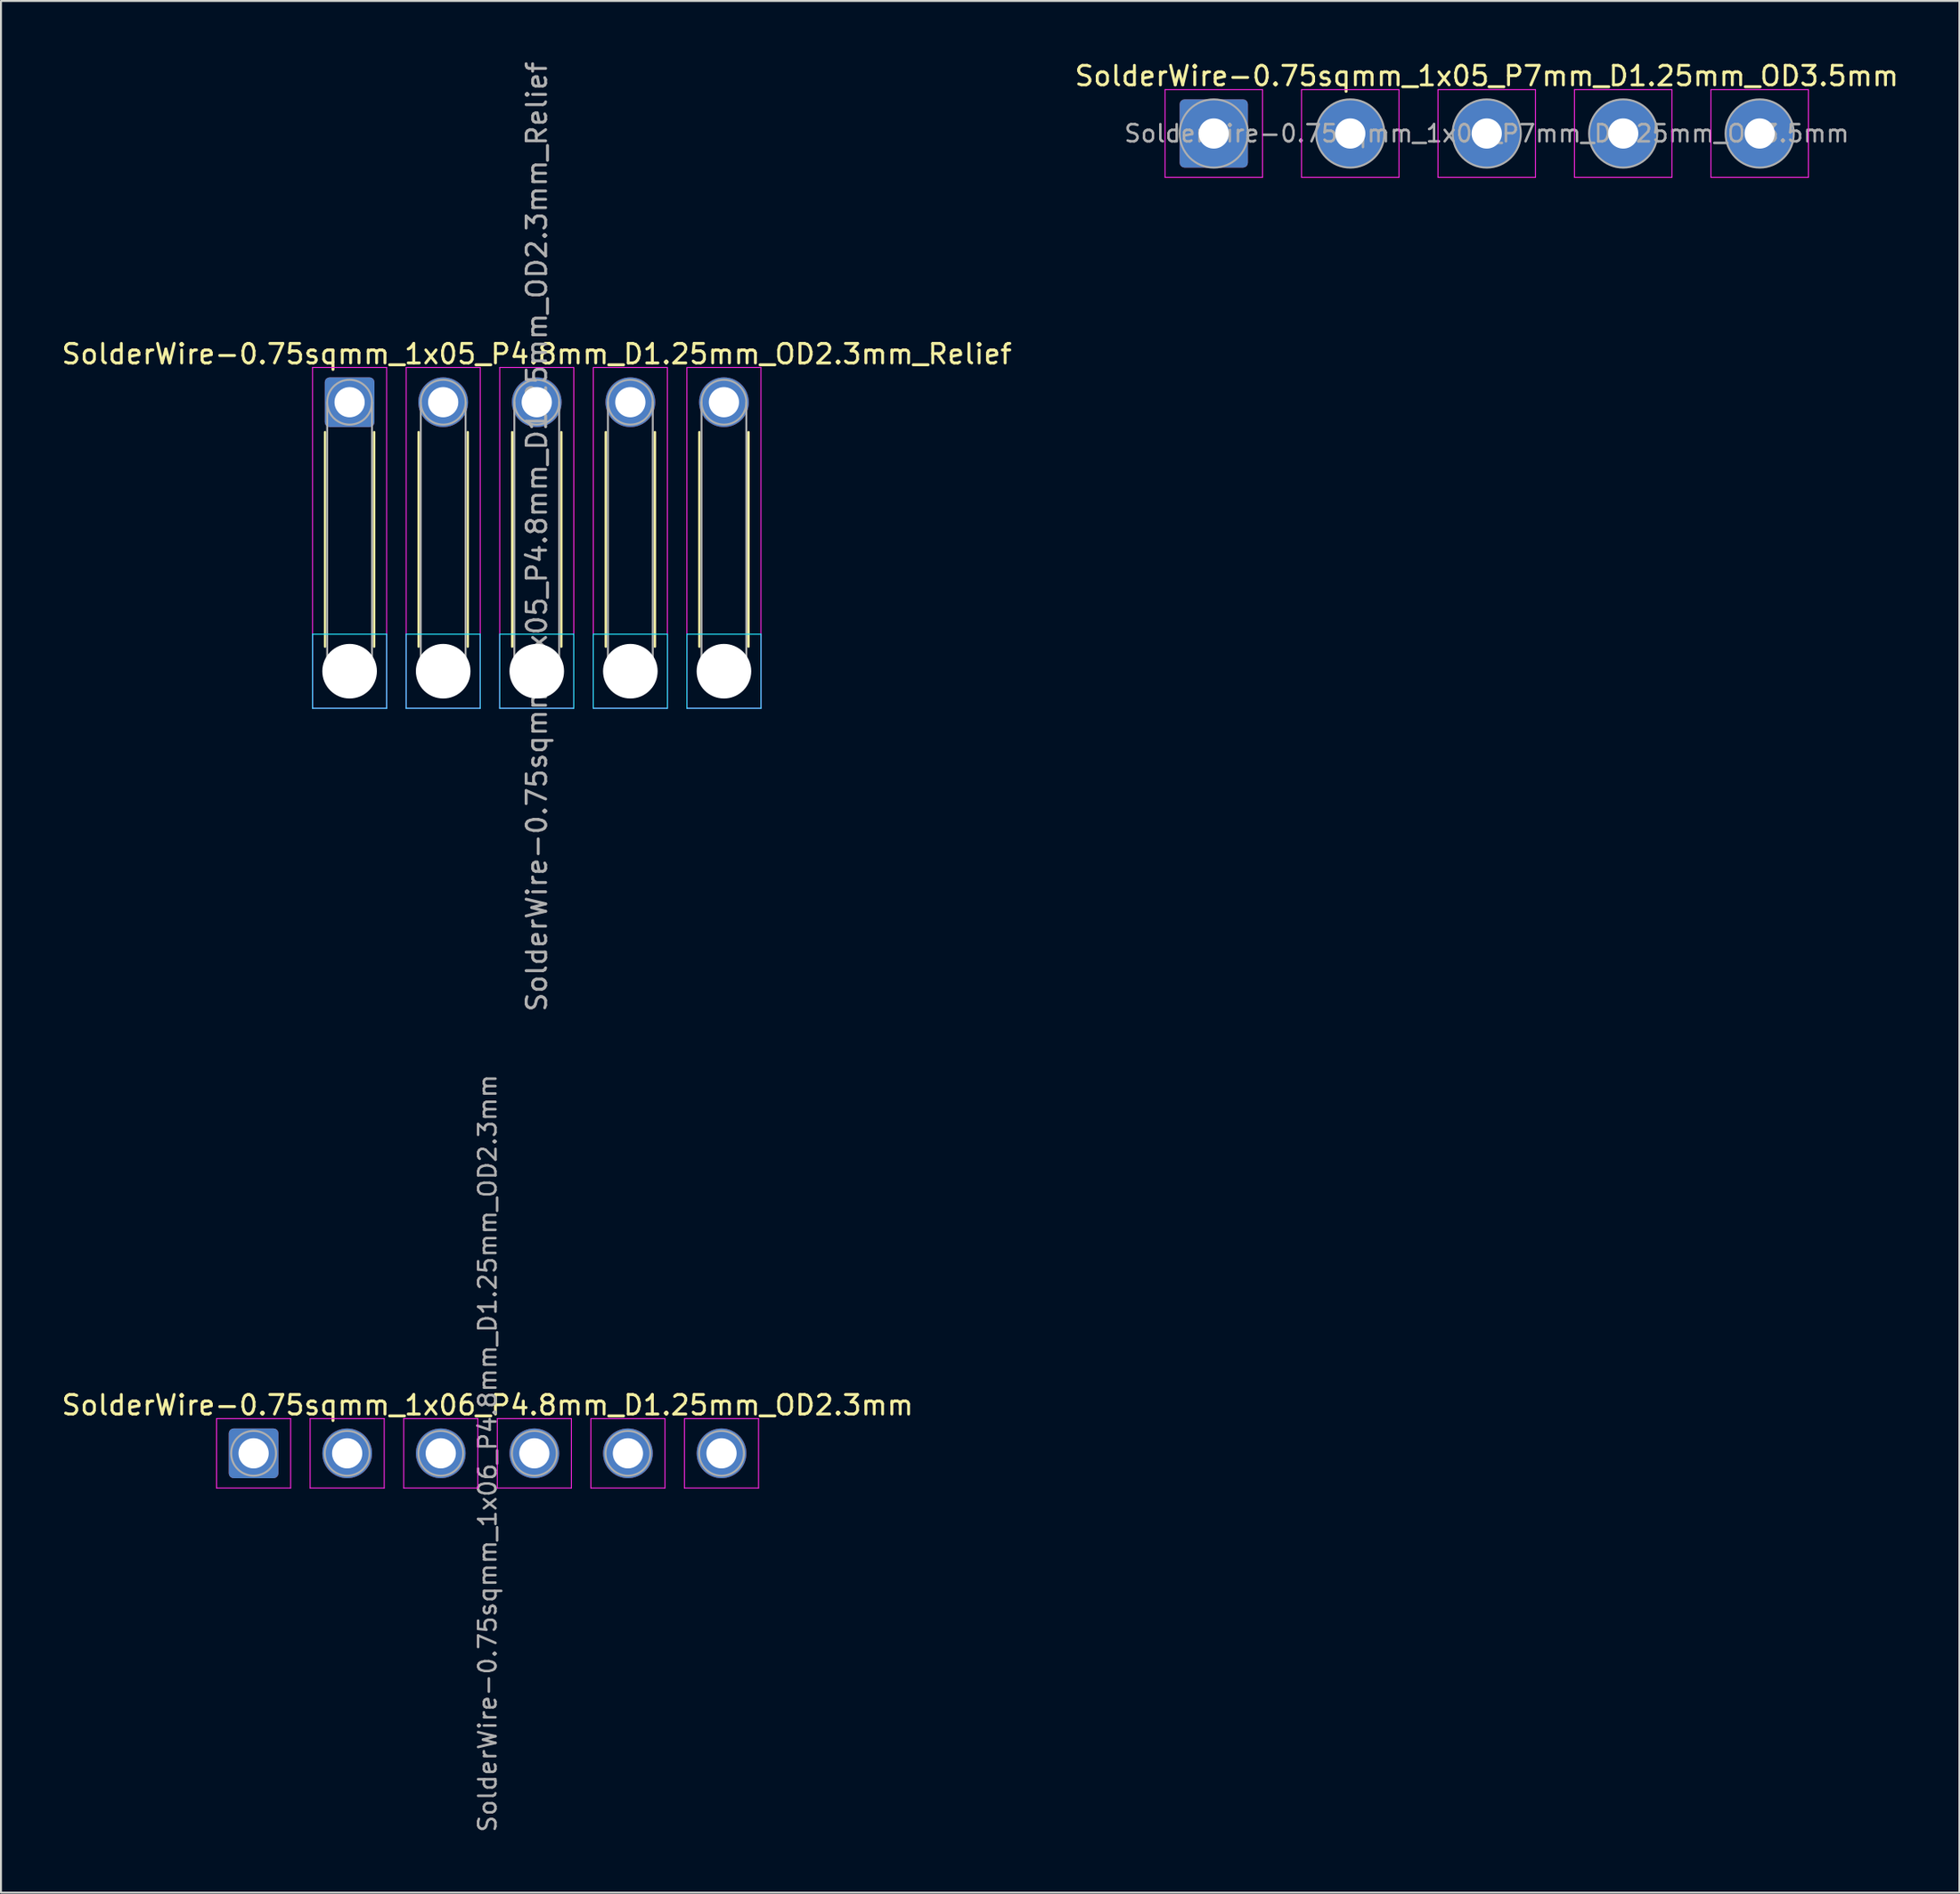
<source format=kicad_pcb>
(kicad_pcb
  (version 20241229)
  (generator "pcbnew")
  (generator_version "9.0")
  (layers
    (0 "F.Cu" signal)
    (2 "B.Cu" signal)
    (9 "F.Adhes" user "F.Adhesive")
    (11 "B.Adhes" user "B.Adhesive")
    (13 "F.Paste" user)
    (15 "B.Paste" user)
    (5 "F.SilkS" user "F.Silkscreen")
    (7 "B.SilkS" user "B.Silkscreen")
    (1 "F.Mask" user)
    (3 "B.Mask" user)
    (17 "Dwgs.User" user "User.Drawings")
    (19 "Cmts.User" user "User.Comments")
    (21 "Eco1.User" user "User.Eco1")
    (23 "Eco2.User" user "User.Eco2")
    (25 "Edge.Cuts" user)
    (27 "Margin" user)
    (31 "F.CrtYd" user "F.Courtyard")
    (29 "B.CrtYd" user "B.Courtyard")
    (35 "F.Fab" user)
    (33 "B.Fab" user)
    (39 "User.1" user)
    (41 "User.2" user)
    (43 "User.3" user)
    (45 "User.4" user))
  (footprint "SolderWire-0.75sqmm_1x06_P4.8mm_D1.25mm_OD2.3mm"
    (layer "F.Cu")
    (at 9.958 71.502)
    (property "Reference" "SolderWire-0.75sqmm_1x06_P4.8mm_D1.25mm_OD2.3mm" (at 12 -2.47 0) (layer "F.SilkS") (effects (font (size 1 1) (thickness 0.15))))
    (attr exclude_from_pos_files exclude_from_bom)
    (fp_line (start -1.9 -1.78) (end -1.9 1.78) (stroke (width 0.05) (type solid)) (layer "F.CrtYd"))
    (fp_line (start -1.9 1.78) (end 1.9 1.78) (stroke (width 0.05) (type solid)) (layer "F.CrtYd"))
    (fp_line (start 1.9 -1.78) (end -1.9 -1.78) (stroke (width 0.05) (type solid)) (layer "F.CrtYd"))
    (fp_line (start 1.9 1.78) (end 1.9 -1.78) (stroke (width 0.05) (type solid)) (layer "F.CrtYd"))
    (fp_line (start 2.9 -1.78) (end 2.9 1.78) (stroke (width 0.05) (type solid)) (layer "F.CrtYd"))
    (fp_line (start 2.9 1.78) (end 6.7 1.78) (stroke (width 0.05) (type solid)) (layer "F.CrtYd"))
    (fp_line (start 6.7 -1.78) (end 2.9 -1.78) (stroke (width 0.05) (type solid)) (layer "F.CrtYd"))
    (fp_line (start 6.7 1.78) (end 6.7 -1.78) (stroke (width 0.05) (type solid)) (layer "F.CrtYd"))
    (fp_line (start 7.7 -1.78) (end 7.7 1.78) (stroke (width 0.05) (type solid)) (layer "F.CrtYd"))
    (fp_line (start 7.7 1.78) (end 11.5 1.78) (stroke (width 0.05) (type solid)) (layer "F.CrtYd"))
    (fp_line (start 11.5 -1.78) (end 7.7 -1.78) (stroke (width 0.05) (type solid)) (layer "F.CrtYd"))
    (fp_line (start 11.5 1.78) (end 11.5 -1.78) (stroke (width 0.05) (type solid)) (layer "F.CrtYd"))
    (fp_line (start 12.5 -1.78) (end 12.5 1.78) (stroke (width 0.05) (type solid)) (layer "F.CrtYd"))
    (fp_line (start 12.5 1.78) (end 16.3 1.78) (stroke (width 0.05) (type solid)) (layer "F.CrtYd"))
    (fp_line (start 16.3 -1.78) (end 12.5 -1.78) (stroke (width 0.05) (type solid)) (layer "F.CrtYd"))
    (fp_line (start 16.3 1.78) (end 16.3 -1.78) (stroke (width 0.05) (type solid)) (layer "F.CrtYd"))
    (fp_line (start 17.3 -1.78) (end 17.3 1.78) (stroke (width 0.05) (type solid)) (layer "F.CrtYd"))
    (fp_line (start 17.3 1.78) (end 21.1 1.78) (stroke (width 0.05) (type solid)) (layer "F.CrtYd"))
    (fp_line (start 21.1 -1.78) (end 17.3 -1.78) (stroke (width 0.05) (type solid)) (layer "F.CrtYd"))
    (fp_line (start 21.1 1.78) (end 21.1 -1.78) (stroke (width 0.05) (type solid)) (layer "F.CrtYd"))
    (fp_line (start 22.1 -1.78) (end 22.1 1.78) (stroke (width 0.05) (type solid)) (layer "F.CrtYd"))
    (fp_line (start 22.1 1.78) (end 25.9 1.78) (stroke (width 0.05) (type solid)) (layer "F.CrtYd"))
    (fp_line (start 25.9 -1.78) (end 22.1 -1.78) (stroke (width 0.05) (type solid)) (layer "F.CrtYd"))
    (fp_line (start 25.9 1.78) (end 25.9 -1.78) (stroke (width 0.05) (type solid)) (layer "F.CrtYd"))
    (fp_circle (center 0 0) (end 1.15 0) (stroke (width 0.1) (type solid)) (fill no) (layer "F.Fab"))
    (fp_circle (center 4.8 0) (end 5.95 0) (stroke (width 0.1) (type solid)) (fill no) (layer "F.Fab"))
    (fp_circle (center 9.6 0) (end 10.75 0) (stroke (width 0.1) (type solid)) (fill no) (layer "F.Fab"))
    (fp_circle (center 14.4 0) (end 15.55 0) (stroke (width 0.1) (type solid)) (fill no) (layer "F.Fab"))
    (fp_circle (center 19.2 0) (end 20.35 0) (stroke (width 0.1) (type solid)) (fill no) (layer "F.Fab"))
    (fp_circle (center 24 0) (end 25.15 0) (stroke (width 0.1) (type solid)) (fill no) (layer "F.Fab"))
    (fp_text user "${REFERENCE}" (at 12 0 90) (layer "F.Fab") (effects (font (size 0.89 0.89) (thickness 0.13))))
    (pad "1" thru_hole roundrect (at 0 0) (size 2.55 2.55) (drill 1.55) (layers "*.Cu" "*.Mask") (roundrect_rratio 0.098))
    (pad "2" thru_hole circle (at 4.8 0) (size 2.55 2.55) (drill 1.55) (layers "*.Cu" "*.Mask"))
    (pad "3" thru_hole circle (at 9.6 0) (size 2.55 2.55) (drill 1.55) (layers "*.Cu" "*.Mask"))
    (pad "4" thru_hole circle (at 14.4 0) (size 2.55 2.55) (drill 1.55) (layers "*.Cu" "*.Mask"))
    (pad "5" thru_hole circle (at 19.2 0) (size 2.55 2.55) (drill 1.55) (layers "*.Cu" "*.Mask"))
    (pad "6" thru_hole circle (at 24 0) (size 2.55 2.55) (drill 1.55) (layers "*.Cu" "*.Mask")))
  (footprint "SolderWire-0.75sqmm_1x05_P4.8mm_D1.25mm_OD2.3mm_Relief"
    (layer "F.Cu")
    (at 14.882 17.582)
    (property "Reference" "SolderWire-0.75sqmm_1x05_P4.8mm_D1.25mm_OD2.3mm_Relief" (at 9.6 -2.47 0) (layer "F.SilkS") (effects (font (size 1 1) (thickness 0.15))))
    (attr exclude_from_pos_files exclude_from_bom)
    (fp_line (start -1.26 1.535) (end -1.26 12.54) (stroke (width 0.12) (type solid)) (layer "F.SilkS"))
    (fp_line (start 1.26 1.535) (end 1.26 12.54) (stroke (width 0.12) (type solid)) (layer "F.SilkS"))
    (fp_line (start 3.54 1.535) (end 3.54 12.54) (stroke (width 0.12) (type solid)) (layer "F.SilkS"))
    (fp_line (start 6.06 1.535) (end 6.06 12.54) (stroke (width 0.12) (type solid)) (layer "F.SilkS"))
    (fp_line (start 8.34 1.535) (end 8.34 12.54) (stroke (width 0.12) (type solid)) (layer "F.SilkS"))
    (fp_line (start 10.86 1.535) (end 10.86 12.54) (stroke (width 0.12) (type solid)) (layer "F.SilkS"))
    (fp_line (start 13.14 1.535) (end 13.14 12.54) (stroke (width 0.12) (type solid)) (layer "F.SilkS"))
    (fp_line (start 15.66 1.535) (end 15.66 12.54) (stroke (width 0.12) (type solid)) (layer "F.SilkS"))
    (fp_line (start 17.94 1.535) (end 17.94 12.54) (stroke (width 0.12) (type solid)) (layer "F.SilkS"))
    (fp_line (start 20.46 1.535) (end 20.46 12.54) (stroke (width 0.12) (type solid)) (layer "F.SilkS"))
    (fp_line (start -1.9 11.9) (end -1.9 15.7) (stroke (width 0.05) (type solid)) (layer "B.CrtYd"))
    (fp_line (start -1.9 15.7) (end 1.9 15.7) (stroke (width 0.05) (type solid)) (layer "B.CrtYd"))
    (fp_line (start 1.9 11.9) (end -1.9 11.9) (stroke (width 0.05) (type solid)) (layer "B.CrtYd"))
    (fp_line (start 1.9 15.7) (end 1.9 11.9) (stroke (width 0.05) (type solid)) (layer "B.CrtYd"))
    (fp_line (start 2.9 11.9) (end 2.9 15.7) (stroke (width 0.05) (type solid)) (layer "B.CrtYd"))
    (fp_line (start 2.9 15.7) (end 6.7 15.7) (stroke (width 0.05) (type solid)) (layer "B.CrtYd"))
    (fp_line (start 6.7 11.9) (end 2.9 11.9) (stroke (width 0.05) (type solid)) (layer "B.CrtYd"))
    (fp_line (start 6.7 15.7) (end 6.7 11.9) (stroke (width 0.05) (type solid)) (layer "B.CrtYd"))
    (fp_line (start 7.7 11.9) (end 7.7 15.7) (stroke (width 0.05) (type solid)) (layer "B.CrtYd"))
    (fp_line (start 7.7 15.7) (end 11.5 15.7) (stroke (width 0.05) (type solid)) (layer "B.CrtYd"))
    (fp_line (start 11.5 11.9) (end 7.7 11.9) (stroke (width 0.05) (type solid)) (layer "B.CrtYd"))
    (fp_line (start 11.5 15.7) (end 11.5 11.9) (stroke (width 0.05) (type solid)) (layer "B.CrtYd"))
    (fp_line (start 12.5 11.9) (end 12.5 15.7) (stroke (width 0.05) (type solid)) (layer "B.CrtYd"))
    (fp_line (start 12.5 15.7) (end 16.3 15.7) (stroke (width 0.05) (type solid)) (layer "B.CrtYd"))
    (fp_line (start 16.3 11.9) (end 12.5 11.9) (stroke (width 0.05) (type solid)) (layer "B.CrtYd"))
    (fp_line (start 16.3 15.7) (end 16.3 11.9) (stroke (width 0.05) (type solid)) (layer "B.CrtYd"))
    (fp_line (start 17.3 11.9) (end 17.3 15.7) (stroke (width 0.05) (type solid)) (layer "B.CrtYd"))
    (fp_line (start 17.3 15.7) (end 21.1 15.7) (stroke (width 0.05) (type solid)) (layer "B.CrtYd"))
    (fp_line (start 21.1 11.9) (end 17.3 11.9) (stroke (width 0.05) (type solid)) (layer "B.CrtYd"))
    (fp_line (start 21.1 15.7) (end 21.1 11.9) (stroke (width 0.05) (type solid)) (layer "B.CrtYd"))
    (fp_line (start -1.9 -1.78) (end -1.9 15.7) (stroke (width 0.05) (type solid)) (layer "F.CrtYd"))
    (fp_line (start -1.9 15.7) (end 1.9 15.7) (stroke (width 0.05) (type solid)) (layer "F.CrtYd"))
    (fp_line (start 1.9 -1.78) (end -1.9 -1.78) (stroke (width 0.05) (type solid)) (layer "F.CrtYd"))
    (fp_line (start 1.9 15.7) (end 1.9 -1.78) (stroke (width 0.05) (type solid)) (layer "F.CrtYd"))
    (fp_line (start 2.9 -1.78) (end 2.9 15.7) (stroke (width 0.05) (type solid)) (layer "F.CrtYd"))
    (fp_line (start 2.9 15.7) (end 6.7 15.7) (stroke (width 0.05) (type solid)) (layer "F.CrtYd"))
    (fp_line (start 6.7 -1.78) (end 2.9 -1.78) (stroke (width 0.05) (type solid)) (layer "F.CrtYd"))
    (fp_line (start 6.7 15.7) (end 6.7 -1.78) (stroke (width 0.05) (type solid)) (layer "F.CrtYd"))
    (fp_line (start 7.7 -1.78) (end 7.7 15.7) (stroke (width 0.05) (type solid)) (layer "F.CrtYd"))
    (fp_line (start 7.7 15.7) (end 11.5 15.7) (stroke (width 0.05) (type solid)) (layer "F.CrtYd"))
    (fp_line (start 11.5 -1.78) (end 7.7 -1.78) (stroke (width 0.05) (type solid)) (layer "F.CrtYd"))
    (fp_line (start 11.5 15.7) (end 11.5 -1.78) (stroke (width 0.05) (type solid)) (layer "F.CrtYd"))
    (fp_line (start 12.5 -1.78) (end 12.5 15.7) (stroke (width 0.05) (type solid)) (layer "F.CrtYd"))
    (fp_line (start 12.5 15.7) (end 16.3 15.7) (stroke (width 0.05) (type solid)) (layer "F.CrtYd"))
    (fp_line (start 16.3 -1.78) (end 12.5 -1.78) (stroke (width 0.05) (type solid)) (layer "F.CrtYd"))
    (fp_line (start 16.3 15.7) (end 16.3 -1.78) (stroke (width 0.05) (type solid)) (layer "F.CrtYd"))
    (fp_line (start 17.3 -1.78) (end 17.3 15.7) (stroke (width 0.05) (type solid)) (layer "F.CrtYd"))
    (fp_line (start 17.3 15.7) (end 21.1 15.7) (stroke (width 0.05) (type solid)) (layer "F.CrtYd"))
    (fp_line (start 21.1 -1.78) (end 17.3 -1.78) (stroke (width 0.05) (type solid)) (layer "F.CrtYd"))
    (fp_line (start 21.1 15.7) (end 21.1 -1.78) (stroke (width 0.05) (type solid)) (layer "F.CrtYd"))
    (fp_line (start -1.15 0) (end -1.15 13.8) (stroke (width 0.1) (type solid)) (layer "F.Fab"))
    (fp_line (start 1.15 0) (end 1.15 13.8) (stroke (width 0.1) (type solid)) (layer "F.Fab"))
    (fp_line (start 3.65 0) (end 3.65 13.8) (stroke (width 0.1) (type solid)) (layer "F.Fab"))
    (fp_line (start 5.95 0) (end 5.95 13.8) (stroke (width 0.1) (type solid)) (layer "F.Fab"))
    (fp_line (start 8.45 0) (end 8.45 13.8) (stroke (width 0.1) (type solid)) (layer "F.Fab"))
    (fp_line (start 10.75 0) (end 10.75 13.8) (stroke (width 0.1) (type solid)) (layer "F.Fab"))
    (fp_line (start 13.25 0) (end 13.25 13.8) (stroke (width 0.1) (type solid)) (layer "F.Fab"))
    (fp_line (start 15.55 0) (end 15.55 13.8) (stroke (width 0.1) (type solid)) (layer "F.Fab"))
    (fp_line (start 18.05 0) (end 18.05 13.8) (stroke (width 0.1) (type solid)) (layer "F.Fab"))
    (fp_line (start 20.35 0) (end 20.35 13.8) (stroke (width 0.1) (type solid)) (layer "F.Fab"))
    (fp_circle (center 0 0) (end 1.15 0) (stroke (width 0.1) (type solid)) (fill no) (layer "F.Fab"))
    (fp_circle (center 0 13.8) (end 1.15 13.8) (stroke (width 0.1) (type solid)) (fill no) (layer "F.Fab"))
    (fp_circle (center 4.8 0) (end 5.95 0) (stroke (width 0.1) (type solid)) (fill no) (layer "F.Fab"))
    (fp_circle (center 4.8 13.8) (end 5.95 13.8) (stroke (width 0.1) (type solid)) (fill no) (layer "F.Fab"))
    (fp_circle (center 9.6 0) (end 10.75 0) (stroke (width 0.1) (type solid)) (fill no) (layer "F.Fab"))
    (fp_circle (center 9.6 13.8) (end 10.75 13.8) (stroke (width 0.1) (type solid)) (fill no) (layer "F.Fab"))
    (fp_circle (center 14.4 0) (end 15.55 0) (stroke (width 0.1) (type solid)) (fill no) (layer "F.Fab"))
    (fp_circle (center 14.4 13.8) (end 15.55 13.8) (stroke (width 0.1) (type solid)) (fill no) (layer "F.Fab"))
    (fp_circle (center 19.2 0) (end 20.35 0) (stroke (width 0.1) (type solid)) (fill no) (layer "F.Fab"))
    (fp_circle (center 19.2 13.8) (end 20.35 13.8) (stroke (width 0.1) (type solid)) (fill no) (layer "F.Fab"))
    (fp_text user "${REFERENCE}" (at 9.6 6.9 90) (layer "F.Fab") (effects (font (size 1 1) (thickness 0.15))))
    (pad "" np_thru_hole circle (at 0 13.8) (size 2.8 2.8) (drill 2.8) (layers "*.Cu" "*.Mask"))
    (pad "" np_thru_hole circle (at 4.8 13.8) (size 2.8 2.8) (drill 2.8) (layers "*.Cu" "*.Mask"))
    (pad "" np_thru_hole circle (at 9.6 13.8) (size 2.8 2.8) (drill 2.8) (layers "*.Cu" "*.Mask"))
    (pad "" np_thru_hole circle (at 14.4 13.8) (size 2.8 2.8) (drill 2.8) (layers "*.Cu" "*.Mask"))
    (pad "" np_thru_hole circle (at 19.2 13.8) (size 2.8 2.8) (drill 2.8) (layers "*.Cu" "*.Mask"))
    (pad "1" thru_hole roundrect (at 0 0) (size 2.55 2.55) (drill 1.55) (layers "*.Cu" "*.Mask") (roundrect_rratio 0.098))
    (pad "2" thru_hole circle (at 4.8 0) (size 2.55 2.55) (drill 1.55) (layers "*.Cu" "*.Mask"))
    (pad "3" thru_hole circle (at 9.6 0) (size 2.55 2.55) (drill 1.55) (layers "*.Cu" "*.Mask"))
    (pad "4" thru_hole circle (at 14.4 0) (size 2.55 2.55) (drill 1.55) (layers "*.Cu" "*.Mask"))
    (pad "5" thru_hole circle (at 19.2 0) (size 2.55 2.55) (drill 1.55) (layers "*.Cu" "*.Mask")))
  (footprint "SolderWire-0.75sqmm_1x05_P7mm_D1.25mm_OD3.5mm"
    (layer "F.Cu")
    (at 59.208 3.798)
    (property "Reference" "SolderWire-0.75sqmm_1x05_P7mm_D1.25mm_OD3.5mm" (at 14 -2.95 0) (layer "F.SilkS") (effects (font (size 1 1) (thickness 0.15))))
    (attr exclude_from_pos_files exclude_from_bom)
    (fp_line (start -2.5 -2.25) (end -2.5 2.25) (stroke (width 0.05) (type solid)) (layer "F.CrtYd"))
    (fp_line (start -2.5 2.25) (end 2.5 2.25) (stroke (width 0.05) (type solid)) (layer "F.CrtYd"))
    (fp_line (start 2.5 -2.25) (end -2.5 -2.25) (stroke (width 0.05) (type solid)) (layer "F.CrtYd"))
    (fp_line (start 2.5 2.25) (end 2.5 -2.25) (stroke (width 0.05) (type solid)) (layer "F.CrtYd"))
    (fp_line (start 4.5 -2.25) (end 4.5 2.25) (stroke (width 0.05) (type solid)) (layer "F.CrtYd"))
    (fp_line (start 4.5 2.25) (end 9.5 2.25) (stroke (width 0.05) (type solid)) (layer "F.CrtYd"))
    (fp_line (start 9.5 -2.25) (end 4.5 -2.25) (stroke (width 0.05) (type solid)) (layer "F.CrtYd"))
    (fp_line (start 9.5 2.25) (end 9.5 -2.25) (stroke (width 0.05) (type solid)) (layer "F.CrtYd"))
    (fp_line (start 11.5 -2.25) (end 11.5 2.25) (stroke (width 0.05) (type solid)) (layer "F.CrtYd"))
    (fp_line (start 11.5 2.25) (end 16.5 2.25) (stroke (width 0.05) (type solid)) (layer "F.CrtYd"))
    (fp_line (start 16.5 -2.25) (end 11.5 -2.25) (stroke (width 0.05) (type solid)) (layer "F.CrtYd"))
    (fp_line (start 16.5 2.25) (end 16.5 -2.25) (stroke (width 0.05) (type solid)) (layer "F.CrtYd"))
    (fp_line (start 18.5 -2.25) (end 18.5 2.25) (stroke (width 0.05) (type solid)) (layer "F.CrtYd"))
    (fp_line (start 18.5 2.25) (end 23.5 2.25) (stroke (width 0.05) (type solid)) (layer "F.CrtYd"))
    (fp_line (start 23.5 -2.25) (end 18.5 -2.25) (stroke (width 0.05) (type solid)) (layer "F.CrtYd"))
    (fp_line (start 23.5 2.25) (end 23.5 -2.25) (stroke (width 0.05) (type solid)) (layer "F.CrtYd"))
    (fp_line (start 25.5 -2.25) (end 25.5 2.25) (stroke (width 0.05) (type solid)) (layer "F.CrtYd"))
    (fp_line (start 25.5 2.25) (end 30.5 2.25) (stroke (width 0.05) (type solid)) (layer "F.CrtYd"))
    (fp_line (start 30.5 -2.25) (end 25.5 -2.25) (stroke (width 0.05) (type solid)) (layer "F.CrtYd"))
    (fp_line (start 30.5 2.25) (end 30.5 -2.25) (stroke (width 0.05) (type solid)) (layer "F.CrtYd"))
    (fp_circle (center 0 0) (end 1.75 0) (stroke (width 0.1) (type solid)) (fill no) (layer "F.Fab"))
    (fp_circle (center 7 0) (end 8.75 0) (stroke (width 0.1) (type solid)) (fill no) (layer "F.Fab"))
    (fp_circle (center 14 0) (end 15.75 0) (stroke (width 0.1) (type solid)) (fill no) (layer "F.Fab"))
    (fp_circle (center 21 0) (end 22.75 0) (stroke (width 0.1) (type solid)) (fill no) (layer "F.Fab"))
    (fp_circle (center 28 0) (end 29.75 0) (stroke (width 0.1) (type solid)) (fill no) (layer "F.Fab"))
    (fp_text user "${REFERENCE}" (at 14 0 0) (layer "F.Fab") (effects (font (size 0.88 0.88) (thickness 0.13))))
    (pad "1" thru_hole roundrect (at 0 0) (size 3.5 3.5) (drill 1.55) (layers "*.Cu" "*.Mask") (roundrect_rratio 0.071))
    (pad "2" thru_hole circle (at 7 0) (size 3.5 3.5) (drill 1.55) (layers "*.Cu" "*.Mask"))
    (pad "3" thru_hole circle (at 14 0) (size 3.5 3.5) (drill 1.55) (layers "*.Cu" "*.Mask"))
    (pad "4" thru_hole circle (at 21 0) (size 3.5 3.5) (drill 1.55) (layers "*.Cu" "*.Mask"))
    (pad "5" thru_hole circle (at 28 0) (size 3.5 3.5) (drill 1.55) (layers "*.Cu" "*.Mask")))
  (gr_rect
    (start -3 -3)
    (end 97.452 94.04)
    (stroke (width 0.1) (type default))
    (fill no)
    (layer "Edge.Cuts")))
</source>
